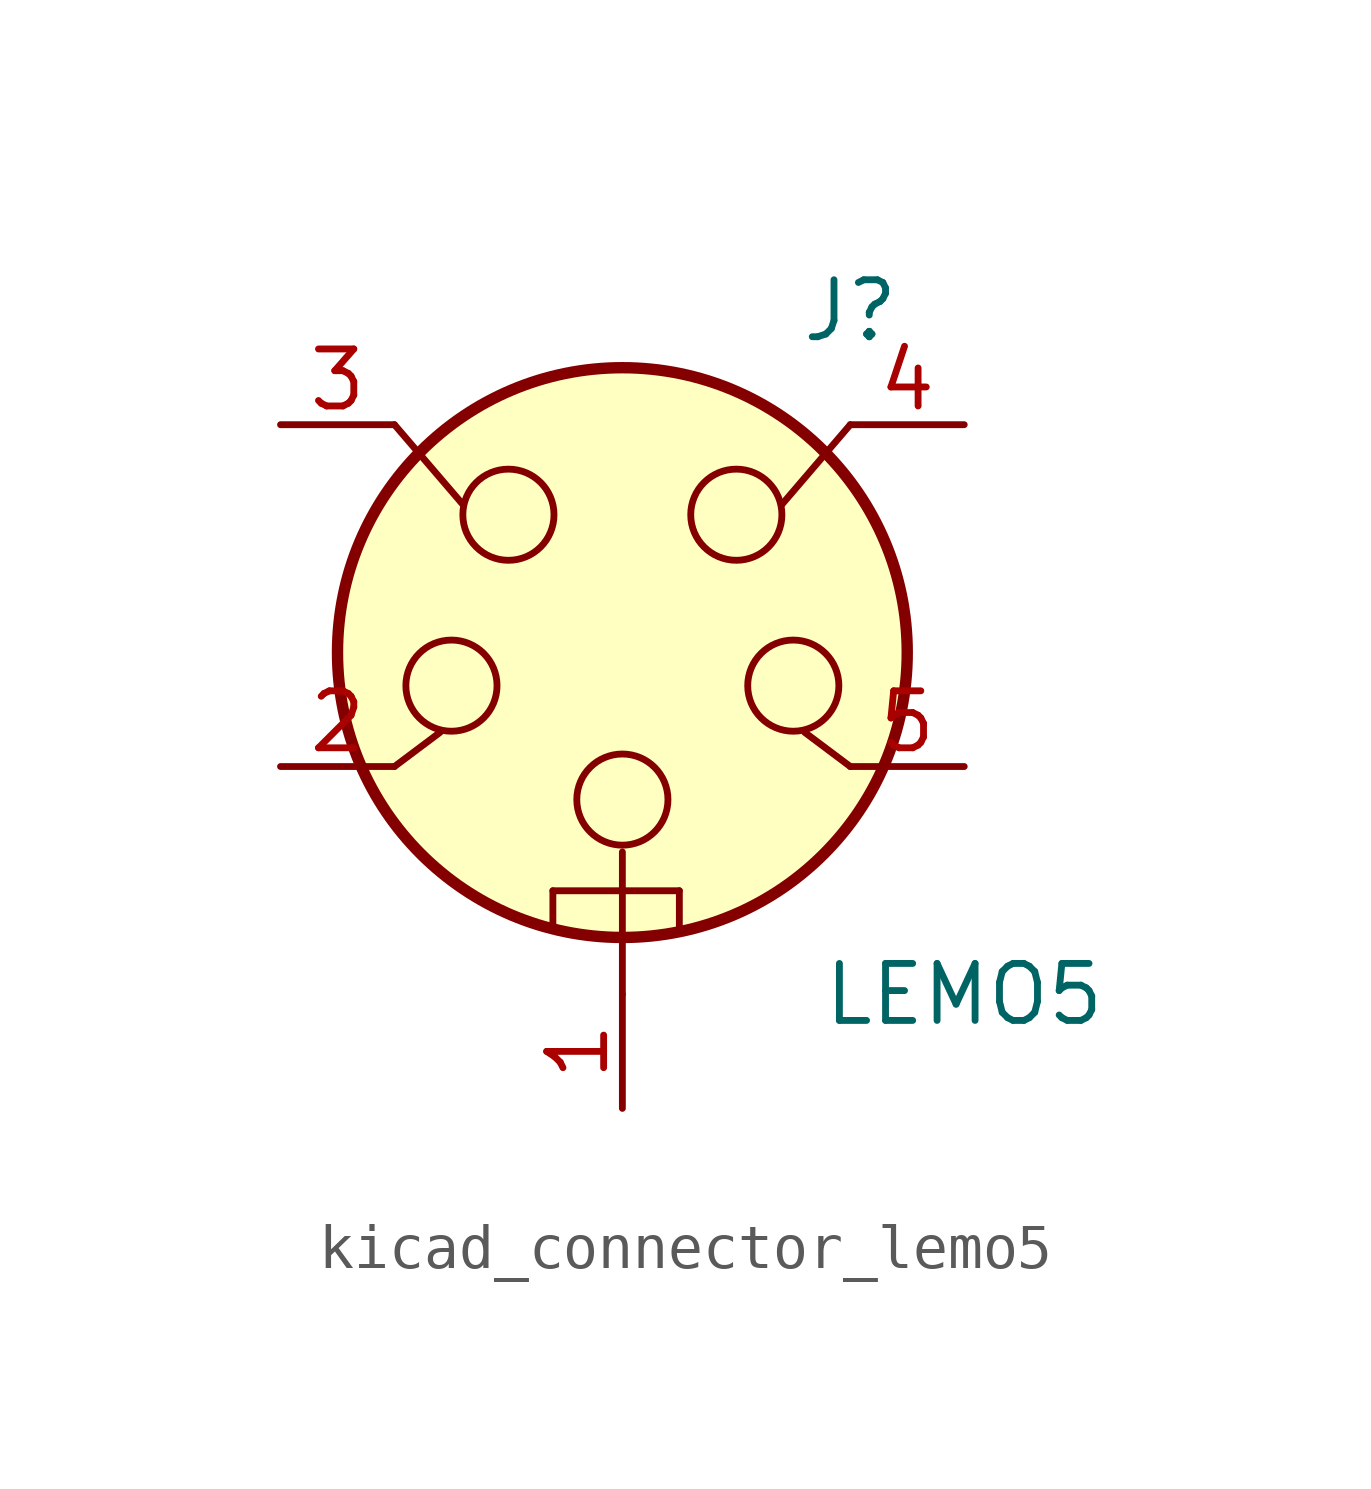
<source format=kicad_sym>
(kicad_symbol_lib
  (version 20220914)
  (generator kicad_symbol_editor)
  (symbol "kicad_connector_lemo5"
    (pin_names
      (offset 1.016) hide)
    (property "Reference" "J"
      (at 5.08 7.62 0)
      (effects (font (size 1.27 1.27))))
    (property "Value" "LEMO5"
      (at 7.62 -7.62 0)
      (effects (font (size 1.27 1.27))))
    (symbol "kicad_connector_lemo5_0_1"
      (circle (center -3.81 -0.737) (radius 1.016) (stroke (width 0) (type default)) (fill (type none)))
      (circle (center -2.54 3.073) (radius 1.016) (stroke (width 0) (type default)) (fill (type none)))
      (circle (center 0 -3.277) (radius 1.016) (stroke (width 0) (type default)) (fill (type none)))
      (polyline (pts (xy -5.08 -2.54) (xy -4.064 -1.778)) (stroke (width 0) (type default)) (fill (type none)))
      (polyline (pts (xy -5.08 5.08) (xy -3.556 3.302)) (stroke (width 0) (type default)) (fill (type none)))
      (polyline (pts (xy -1.549 -6.096) (xy -1.549 -5.309)) (stroke (width 0) (type default)) (fill (type none)))
      (polyline (pts (xy -1.549 -5.309) (xy 1.27 -5.309)) (stroke (width 0) (type default)) (fill (type none)))
      (polyline (pts (xy 0 -7.62) (xy 0 -4.445)) (stroke (width 0) (type default)) (fill (type none)))
      (polyline (pts (xy 1.27 -5.309) (xy 1.27 -6.096)) (stroke (width 0) (type default)) (fill (type none)))
      (polyline (pts (xy 5.08 -2.54) (xy 4.064 -1.778)) (stroke (width 0) (type default)) (fill (type none)))
      (polyline (pts (xy 5.08 5.08) (xy 3.556 3.302)) (stroke (width 0) (type default)) (fill (type none)))
      (circle (center 0 0) (radius 6.35) (stroke (width 0.254) (type default)) (fill (type background)))
      (circle (center 2.54 3.073) (radius 1.016) (stroke (width 0) (type default)) (fill (type none)))
      (circle (center 3.81 -0.737) (radius 1.016) (stroke (width 0) (type default)) (fill (type none))))
    (symbol "kicad_connector_lemo5_1_1"
      (pin passive line (at 0 -10.16 90) (length 2.54) (name "~" (effects (font (size 1.27 1.27)))) (number "1" (effects (font (size 1.27 1.27)))))
      (pin passive line (at -7.62 -2.54 0) (length 2.54) (name "~" (effects (font (size 1.27 1.27)))) (number "2" (effects (font (size 1.27 1.27)))))
      (pin passive line (at -7.62 5.08 0) (length 2.54) (name "~" (effects (font (size 1.27 1.27)))) (number "3" (effects (font (size 1.27 1.27)))))
      (pin passive line (at 7.62 5.08 180) (length 2.54) (name "~" (effects (font (size 1.27 1.27)))) (number "4" (effects (font (size 1.27 1.27)))))
      (pin passive line (at 7.62 -2.54 180) (length 2.54) (name "~" (effects (font (size 1.27 1.27)))) (number "5" (effects (font (size 1.27 1.27))))))))
</source>
